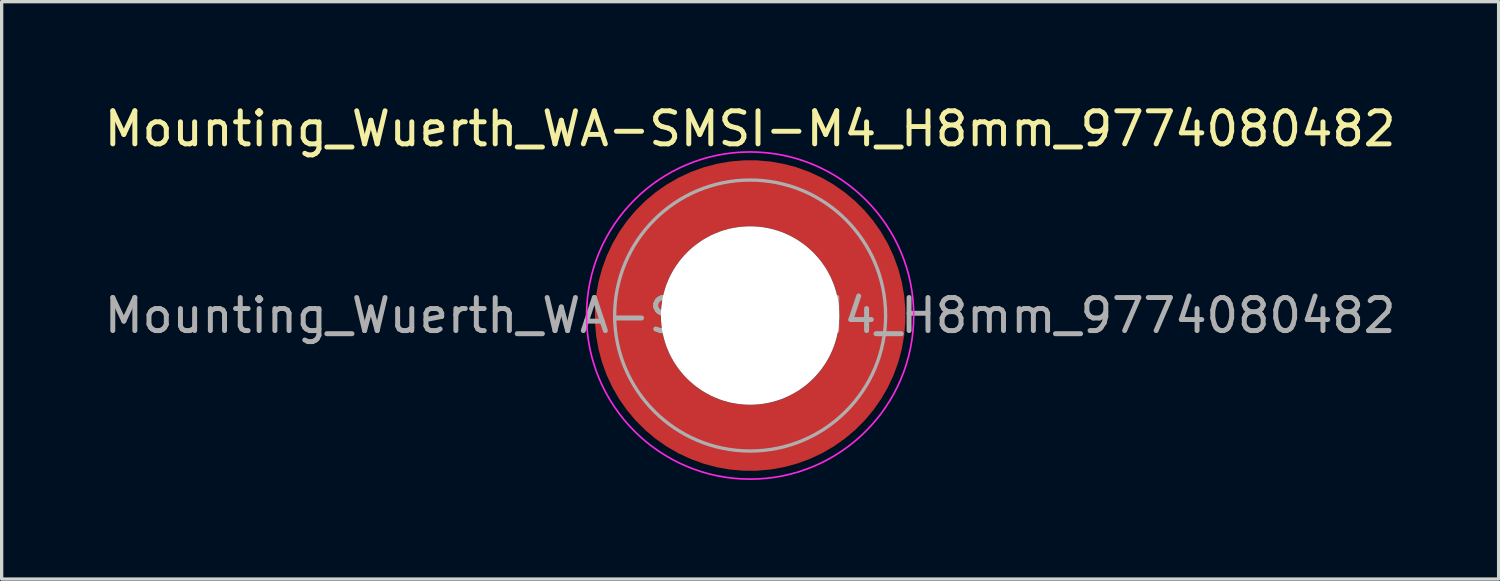
<source format=kicad_pcb>
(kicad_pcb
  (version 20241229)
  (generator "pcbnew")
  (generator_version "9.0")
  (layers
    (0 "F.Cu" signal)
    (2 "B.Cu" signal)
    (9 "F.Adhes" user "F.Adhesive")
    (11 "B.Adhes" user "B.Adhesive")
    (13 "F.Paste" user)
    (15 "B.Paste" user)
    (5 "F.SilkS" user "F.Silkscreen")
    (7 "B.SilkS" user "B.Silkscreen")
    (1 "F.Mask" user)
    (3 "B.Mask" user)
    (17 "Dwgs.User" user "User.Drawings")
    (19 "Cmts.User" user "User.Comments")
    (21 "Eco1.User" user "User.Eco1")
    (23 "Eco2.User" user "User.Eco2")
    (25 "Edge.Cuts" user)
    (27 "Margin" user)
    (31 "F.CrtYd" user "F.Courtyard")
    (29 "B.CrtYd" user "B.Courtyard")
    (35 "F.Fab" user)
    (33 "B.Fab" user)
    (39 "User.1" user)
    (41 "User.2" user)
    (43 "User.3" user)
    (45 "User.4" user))
  (footprint "Mounting_Wuerth_WA-SMSI-M4_H8mm_9774080482"
    (layer "F.Cu")
    (at 19.649 6.498)
    (property "Reference" "Mounting_Wuerth_WA-SMSI-M4_H8mm_9774080482" (at 0 -5.65 0) (layer "F.SilkS") (effects (font (size 1 1) (thickness 0.15))))
    (attr smd allow_soldermask_bridges)
    (fp_circle (center 0 0) (end 4.95 0) (stroke (width 0.05) (type solid)) (fill no) (layer "F.CrtYd"))
    (fp_circle (center 0 0) (end 4.1 0) (stroke (width 0.1) (type solid)) (fill no) (layer "F.Fab"))
    (fp_text user "${REFERENCE}" (at 0 0 0) (layer "F.Fab") (effects (font (size 1 1) (thickness 0.15))))
    (pad "" smd custom (at -2.607 -2.607) (size 0.948 0.948) (layers "F.Paste") (options (anchor circle)) (primitives (gr_arc (start -0.188183 2.107456) (mid 0.599273 0.599273) (end 2.107456 -0.188183) (width 0.2)) (gr_arc (start -0.289416 2.107456) (mid 0.52877 0.52877) (end 2.107456 -0.289416) (width 0.2)) (gr_arc (start -0.390547 2.107456) (mid 0.458268 0.458268) (end 2.107456 -0.390547) (width 0.2)) (gr_arc (start -0.491585 2.107456) (mid 0.387765 0.387765) (end 2.107456 -0.491585) (width 0.2)) (gr_arc (start -0.59254 2.107456) (mid 0.317262 0.317262) (end 2.107456 -0.59254) (width 0.2)) (gr_arc (start -0.693419 2.107456) (mid 0.246759 0.246759) (end 2.107456 -0.693419) (width 0.2)) (gr_arc (start -0.794229 2.107456) (mid 0.176257 0.176257) (end 2.107456 -0.794229) (width 0.2)) (gr_arc (start -0.894975 2.107456) (mid 0.105754 0.105754) (end 2.107456 -0.894975) (width 0.2)) (gr_arc (start -0.995664 2.107456) (mid 0.035251 0.035251) (end 2.107456 -0.995664) (width 0.2)) (gr_arc (start -1.0963 2.107456) (mid -0.035251 -0.035251) (end 2.107456 -1.0963) (width 0.2)) (gr_arc (start -1.196886 2.107456) (mid -0.105754 -0.105754) (end 2.107456 -1.196886) (width 0.2)) (gr_arc (start -1.297427 2.107456) (mid -0.176257 -0.176257) (end 2.107456 -1.297427) (width 0.2)) (gr_arc (start -1.397927 2.107456) (mid -0.246759 -0.246759) (end 2.107456 -1.397927) (width 0.2)) (gr_arc (start -1.498388 2.107456) (mid -0.317262 -0.317262) (end 2.107456 -1.498388) (width 0.2)) (gr_arc (start -1.598813 2.107456) (mid -0.387765 -0.387765) (end 2.107456 -1.598813) (width 0.2)) (gr_arc (start -1.699204 2.107456) (mid -0.458268 -0.458268) (end 2.107456 -1.699204) (width 0.2)) (gr_arc (start -1.799565 2.107456) (mid -0.52877 -0.52877) (end 2.107456 -1.799565) (width 0.2)) (gr_arc (start -1.899896 2.107456) (mid -0.599273 -0.599273) (end 2.107456 -1.899896) (width 0.2)) (gr_arc (start -1.899896 2.107456) (mid -0.599273 -0.599273) (end 2.107456 -1.899896) (width 0.2)) (gr_line (start 2.107 -0.188) (end 2.107 -1.9) (width 0.2)) (gr_line (start -0.188 2.107) (end -1.9 2.107) (width 0.2))))
    (pad "" smd custom (at -2.607 2.607) (size 0.948 0.948) (layers "F.Paste") (options (anchor circle)) (primitives (gr_arc (start 2.107456 0.188183) (mid 0.599273 -0.599273) (end -0.188183 -2.107456) (width 0.2)) (gr_arc (start 2.107456 0.289416) (mid 0.52877 -0.52877) (end -0.289416 -2.107456) (width 0.2)) (gr_arc (start 2.107456 0.390547) (mid 0.458268 -0.458268) (end -0.390547 -2.107456) (width 0.2)) (gr_arc (start 2.107456 0.491585) (mid 0.387765 -0.387765) (end -0.491585 -2.107456) (width 0.2)) (gr_arc (start 2.107456 0.59254) (mid 0.317262 -0.317262) (end -0.59254 -2.107456) (width 0.2)) (gr_arc (start 2.107456 0.693419) (mid 0.246759 -0.246759) (end -0.693419 -2.107456) (width 0.2)) (gr_arc (start 2.107456 0.794229) (mid 0.176257 -0.176257) (end -0.794229 -2.107456) (width 0.2)) (gr_arc (start 2.107456 0.894975) (mid 0.105754 -0.105754) (end -0.894975 -2.107456) (width 0.2)) (gr_arc (start 2.107456 0.995664) (mid 0.035251 -0.035251) (end -0.995664 -2.107456) (width 0.2)) (gr_arc (start 2.107456 1.0963) (mid -0.035251 0.035251) (end -1.0963 -2.107456) (width 0.2)) (gr_arc (start 2.107456 1.196886) (mid -0.105754 0.105754) (end -1.196886 -2.107456) (width 0.2)) (gr_arc (start 2.107456 1.297427) (mid -0.176257 0.176257) (end -1.297427 -2.107456) (width 0.2)) (gr_arc (start 2.107456 1.397927) (mid -0.246759 0.246759) (end -1.397927 -2.107456) (width 0.2)) (gr_arc (start 2.107456 1.498388) (mid -0.317262 0.317262) (end -1.498388 -2.107456) (width 0.2)) (gr_arc (start 2.107456 1.598813) (mid -0.387765 0.387765) (end -1.598813 -2.107456) (width 0.2)) (gr_arc (start 2.107456 1.699204) (mid -0.458268 0.458268) (end -1.699204 -2.107456) (width 0.2)) (gr_arc (start 2.107456 1.799565) (mid -0.52877 0.52877) (end -1.799565 -2.107456) (width 0.2)) (gr_arc (start 2.107456 1.899896) (mid -0.599273 0.599273) (end -1.899896 -2.107456) (width 0.2)) (gr_arc (start 2.107456 1.899896) (mid -0.599273 0.599273) (end -1.899896 -2.107456) (width 0.2)) (gr_line (start -0.188 -2.107) (end -1.9 -2.107) (width 0.2)) (gr_line (start 2.107 0.188) (end 2.107 1.9) (width 0.2))))
    (pad "" np_thru_hole circle (at 0 0) (size 5.4 5.4) (drill 5.4) (layers "*.Cu" "*.Mask"))
    (pad "" smd custom (at 2.607 -2.607) (size 0.948 0.948) (layers "F.Paste") (options (anchor circle)) (primitives (gr_arc (start -2.107456 -0.188183) (mid -0.599273 0.599273) (end 0.188183 2.107456) (width 0.2)) (gr_arc (start -2.107456 -0.289416) (mid -0.52877 0.52877) (end 0.289416 2.107456) (width 0.2)) (gr_arc (start -2.107456 -0.390547) (mid -0.458268 0.458268) (end 0.390547 2.107456) (width 0.2)) (gr_arc (start -2.107456 -0.491585) (mid -0.387765 0.387765) (end 0.491585 2.107456) (width 0.2)) (gr_arc (start -2.107456 -0.59254) (mid -0.317262 0.317262) (end 0.59254 2.107456) (width 0.2)) (gr_arc (start -2.107456 -0.693419) (mid -0.246759 0.246759) (end 0.693419 2.107456) (width 0.2)) (gr_arc (start -2.107456 -0.794229) (mid -0.176257 0.176257) (end 0.794229 2.107456) (width 0.2)) (gr_arc (start -2.107456 -0.894975) (mid -0.105754 0.105754) (end 0.894975 2.107456) (width 0.2)) (gr_arc (start -2.107456 -0.995664) (mid -0.035251 0.035251) (end 0.995664 2.107456) (width 0.2)) (gr_arc (start -2.107456 -1.0963) (mid 0.035251 -0.035251) (end 1.0963 2.107456) (width 0.2)) (gr_arc (start -2.107456 -1.196886) (mid 0.105754 -0.105754) (end 1.196886 2.107456) (width 0.2)) (gr_arc (start -2.107456 -1.297427) (mid 0.176257 -0.176257) (end 1.297427 2.107456) (width 0.2)) (gr_arc (start -2.107456 -1.397927) (mid 0.246759 -0.246759) (end 1.397927 2.107456) (width 0.2)) (gr_arc (start -2.107456 -1.498388) (mid 0.317262 -0.317262) (end 1.498388 2.107456) (width 0.2)) (gr_arc (start -2.107456 -1.598813) (mid 0.387765 -0.387765) (end 1.598813 2.107456) (width 0.2)) (gr_arc (start -2.107456 -1.699204) (mid 0.458268 -0.458268) (end 1.699204 2.107456) (width 0.2)) (gr_arc (start -2.107456 -1.799565) (mid 0.52877 -0.52877) (end 1.799565 2.107456) (width 0.2)) (gr_arc (start -2.107456 -1.899896) (mid 0.599273 -0.599273) (end 1.899896 2.107456) (width 0.2)) (gr_arc (start -2.107456 -1.899896) (mid 0.599273 -0.599273) (end 1.899896 2.107456) (width 0.2)) (gr_line (start 0.188 2.107) (end 1.9 2.107) (width 0.2)) (gr_line (start -2.107 -0.188) (end -2.107 -1.9) (width 0.2))))
    (pad "" smd custom (at 2.607 2.607) (size 0.948 0.948) (layers "F.Paste") (options (anchor circle)) (primitives (gr_arc (start 0.188183 -2.107456) (mid -0.599273 -0.599273) (end -2.107456 0.188183) (width 0.2)) (gr_arc (start 0.289416 -2.107456) (mid -0.52877 -0.52877) (end -2.107456 0.289416) (width 0.2)) (gr_arc (start 0.390547 -2.107456) (mid -0.458268 -0.458268) (end -2.107456 0.390547) (width 0.2)) (gr_arc (start 0.491585 -2.107456) (mid -0.387765 -0.387765) (end -2.107456 0.491585) (width 0.2)) (gr_arc (start 0.59254 -2.107456) (mid -0.317262 -0.317262) (end -2.107456 0.59254) (width 0.2)) (gr_arc (start 0.693419 -2.107456) (mid -0.246759 -0.246759) (end -2.107456 0.693419) (width 0.2)) (gr_arc (start 0.794229 -2.107456) (mid -0.176257 -0.176257) (end -2.107456 0.794229) (width 0.2)) (gr_arc (start 0.894975 -2.107456) (mid -0.105754 -0.105754) (end -2.107456 0.894975) (width 0.2)) (gr_arc (start 0.995664 -2.107456) (mid -0.035251 -0.035251) (end -2.107456 0.995664) (width 0.2)) (gr_arc (start 1.0963 -2.107456) (mid 0.035251 0.035251) (end -2.107456 1.0963) (width 0.2)) (gr_arc (start 1.196886 -2.107456) (mid 0.105754 0.105754) (end -2.107456 1.196886) (width 0.2)) (gr_arc (start 1.297427 -2.107456) (mid 0.176257 0.176257) (end -2.107456 1.297427) (width 0.2)) (gr_arc (start 1.397927 -2.107456) (mid 0.246759 0.246759) (end -2.107456 1.397927) (width 0.2)) (gr_arc (start 1.498388 -2.107456) (mid 0.317262 0.317262) (end -2.107456 1.498388) (width 0.2)) (gr_arc (start 1.598813 -2.107456) (mid 0.387765 0.387765) (end -2.107456 1.598813) (width 0.2)) (gr_arc (start 1.699204 -2.107456) (mid 0.458268 0.458268) (end -2.107456 1.699204) (width 0.2)) (gr_arc (start 1.799565 -2.107456) (mid 0.52877 0.52877) (end -2.107456 1.799565) (width 0.2)) (gr_arc (start 1.899896 -2.107456) (mid 0.599273 0.599273) (end -2.107456 1.899896) (width 0.2)) (gr_arc (start 1.899896 -2.107456) (mid 0.599273 0.599273) (end -2.107456 1.899896) (width 0.2)) (gr_line (start -2.107 0.188) (end -2.107 1.9) (width 0.2)) (gr_line (start 0.188 -2.107) (end 1.9 -2.107) (width 0.2))))
    (pad "1" smd circle (at -3.7 0) (size 1.492 1.492) (layers "F.Cu"))
    (pad "1" smd circle (at 0 -3.7) (size 1.492 1.492) (layers "F.Cu"))
    (pad "1" smd circle (at 0 3.7) (size 1.492 1.492) (layers "F.Cu"))
    (pad "1" smd custom (at 3.7 0) (size 2 2) (layers "F.Cu" "F.Mask") (options (anchor circle)) (primitives (gr_circle (center -3.7 0) (end 0 0) (width 2) (fill no)))))
  (gr_rect
    (start -3 -3)
    (end 42.298 14.473)
    (stroke (width 0.1) (type default))
    (fill no)
    (layer "Edge.Cuts")))
</source>
